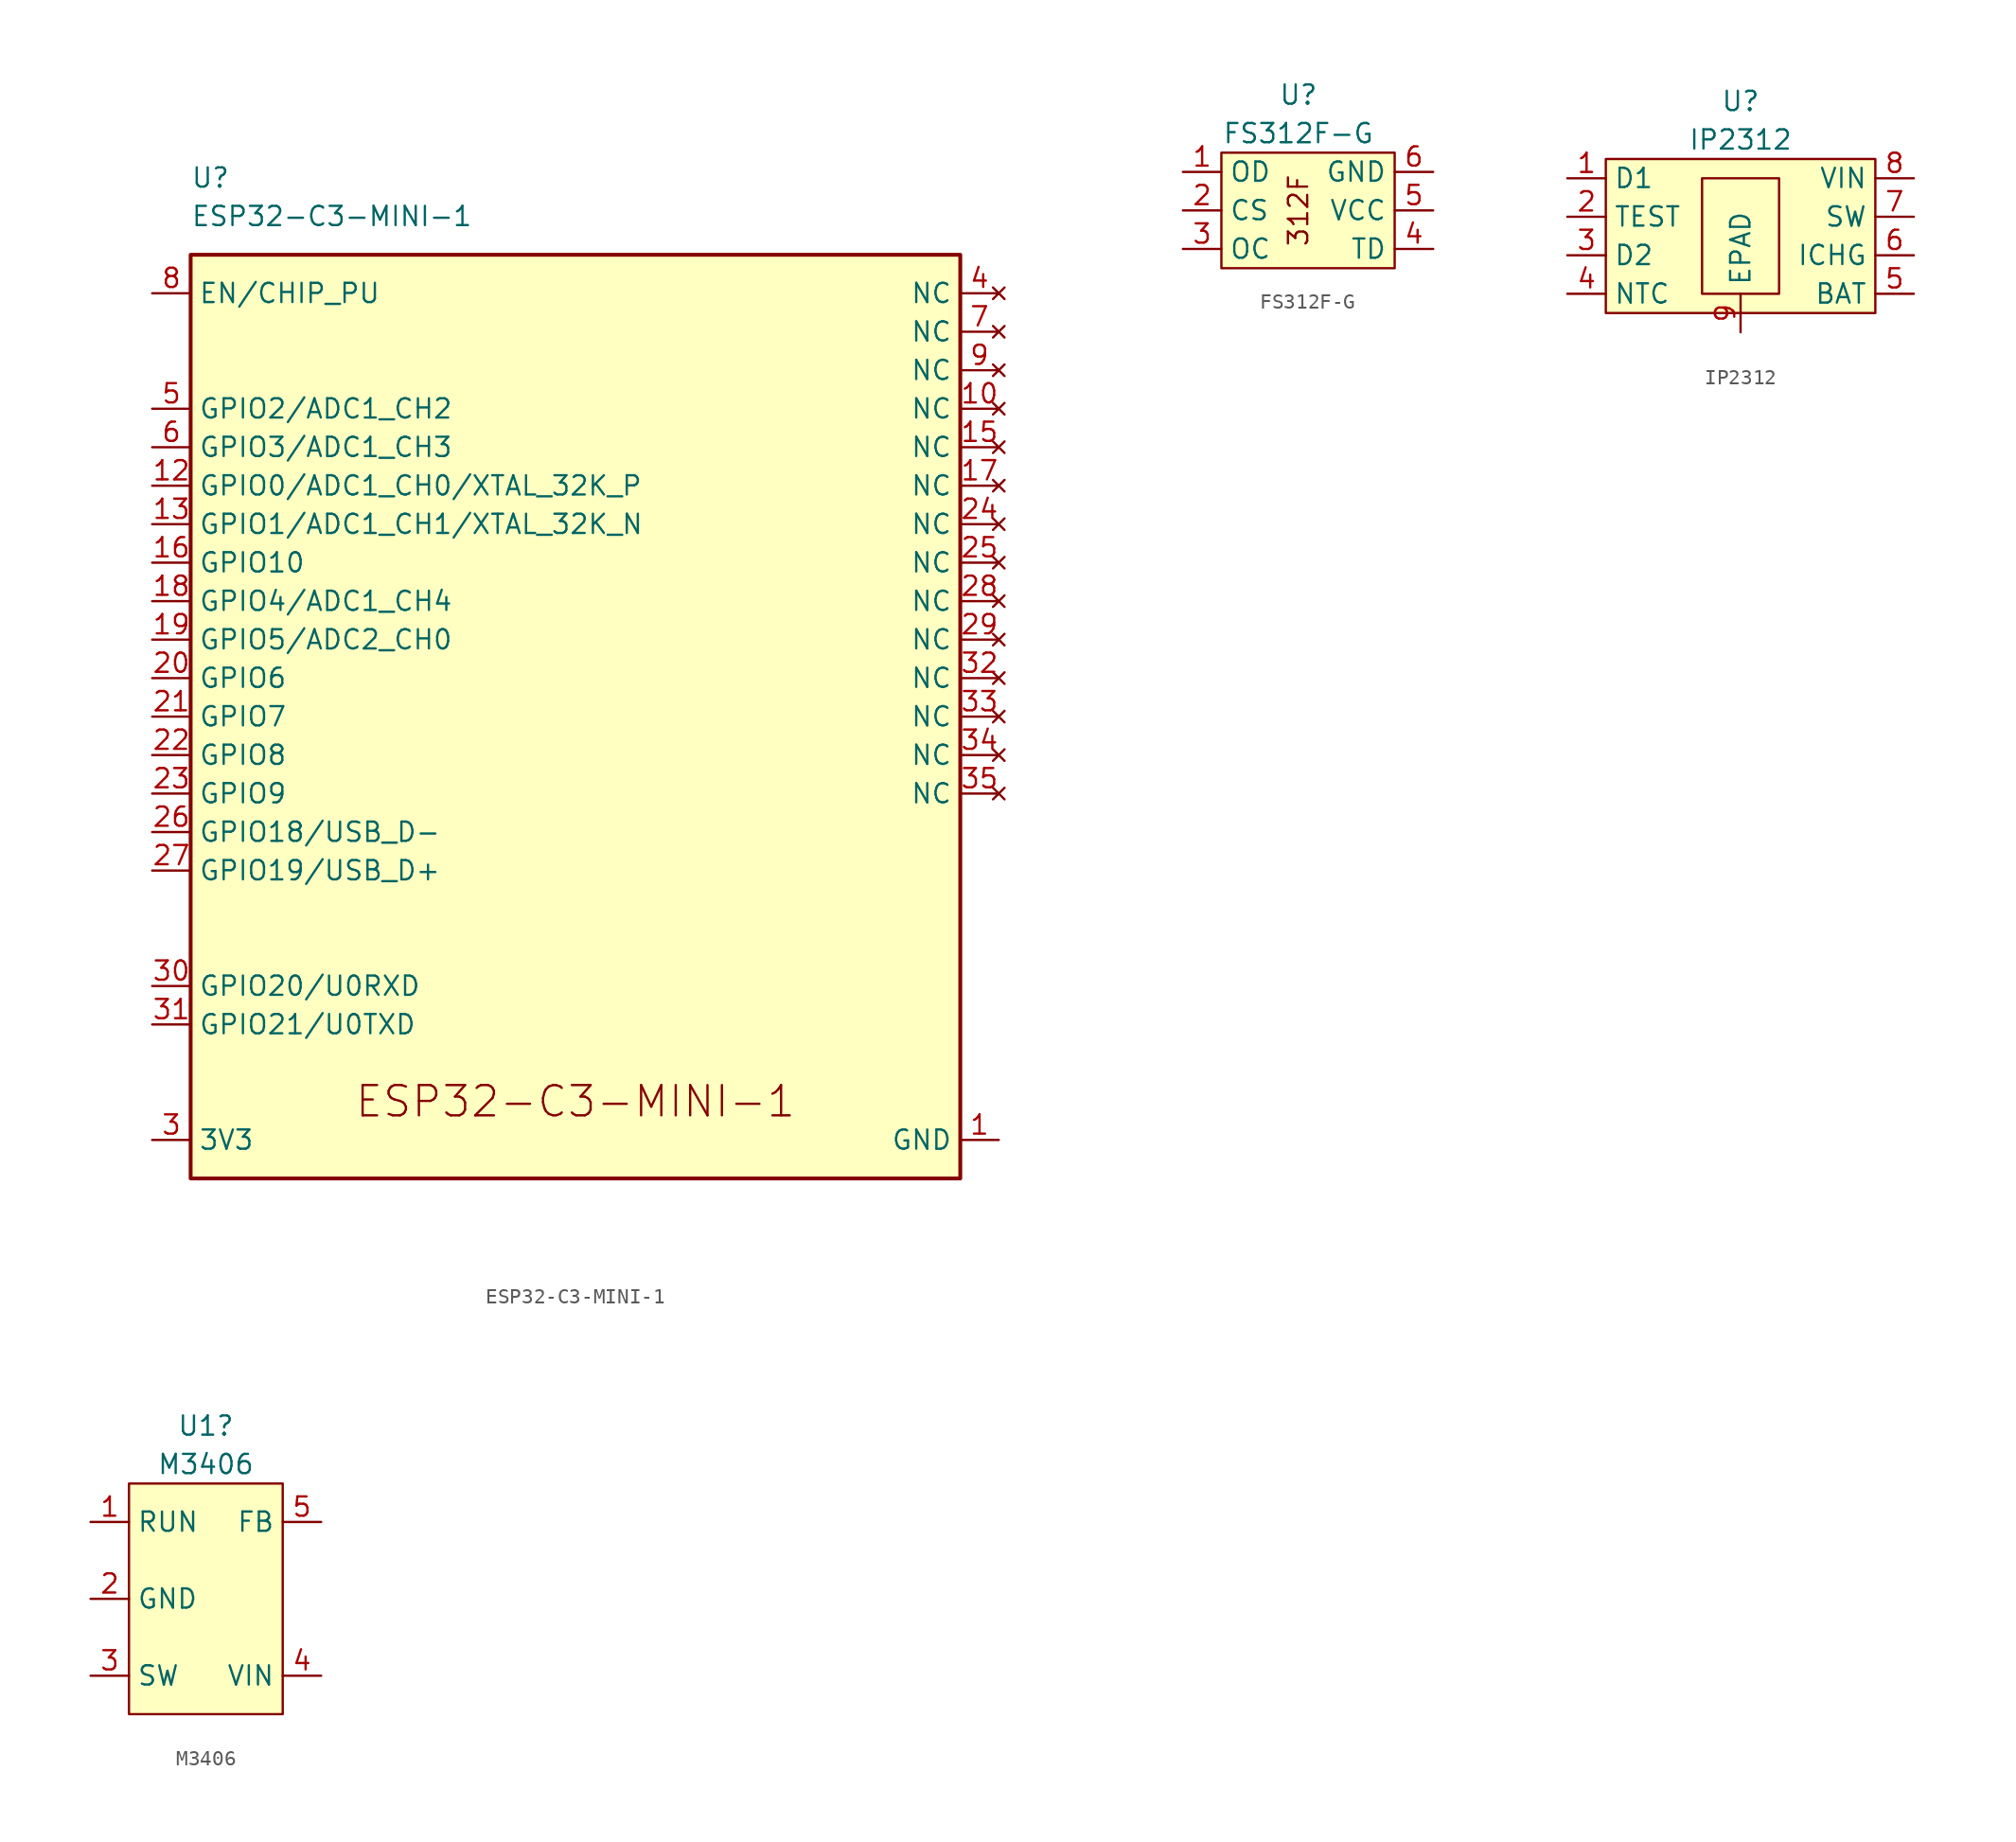
<source format=kicad_sym>
(kicad_symbol_lib
  (version 20220914)
  (generator kicad_symbol_editor)
  (symbol "ESP32-C3-MINI-1"
    (property "Reference" "U"
      (at -25.4 35.56 0)
      (effects (font (size 1.27 1.27)) (justify left)))
    (property "Value" "ESP32-C3-MINI-1"
      (at -25.4 33.02 0)
      (effects (font (size 1.27 1.27)) (justify left)))
    (symbol "ESP32-C3-MINI-1_0_0"
      (text "ESP32-C3-MINI-1" (at 0 -25.4 0) (effects (font (size 2 2)))))
    (symbol "ESP32-C3-MINI-1_0_1"
      (rectangle (start -25.4 30.48) (end 25.4 -30.48) (stroke (width 0.254) (type default)) (fill (type background))))
    (symbol "ESP32-C3-MINI-1_1_1"
      (pin power_in line (at 27.94 -27.94 180) (length 2.54) (name "GND" (effects (font (size 1.27 1.27)))) (number "1" (effects (font (size 1.27 1.27)))))
      (pin no_connect line (at 27.94 20.32 180) (length 2.54) (name "NC" (effects (font (size 1.27 1.27)))) (number "10" (effects (font (size 1.27 1.27)))))
      (pin passive line (at 27.94 -27.94 180) (length 2.54) hide (name "GND" (effects (font (size 1.27 1.27)))) (number "11" (effects (font (size 1.27 1.27)))))
      (pin bidirectional line (at -27.94 15.24 0) (length 2.54) (name "GPIO0/ADC1_CH0/XTAL_32K_P" (effects (font (size 1.27 1.27)))) (number "12" (effects (font (size 1.27 1.27)))))
      (pin bidirectional line (at -27.94 12.7 0) (length 2.54) (name "GPIO1/ADC1_CH1/XTAL_32K_N" (effects (font (size 1.27 1.27)))) (number "13" (effects (font (size 1.27 1.27)))))
      (pin passive line (at 27.94 -27.94 180) (length 2.54) hide (name "GND" (effects (font (size 1.27 1.27)))) (number "14" (effects (font (size 1.27 1.27)))))
      (pin no_connect line (at 27.94 17.78 180) (length 2.54) (name "NC" (effects (font (size 1.27 1.27)))) (number "15" (effects (font (size 1.27 1.27)))))
      (pin bidirectional line (at -27.94 10.16 0) (length 2.54) (name "GPIO10" (effects (font (size 1.27 1.27)))) (number "16" (effects (font (size 1.27 1.27)))))
      (pin no_connect line (at 27.94 15.24 180) (length 2.54) (name "NC" (effects (font (size 1.27 1.27)))) (number "17" (effects (font (size 1.27 1.27)))))
      (pin bidirectional line (at -27.94 7.62 0) (length 2.54) (name "GPIO4/ADC1_CH4" (effects (font (size 1.27 1.27)))) (number "18" (effects (font (size 1.27 1.27)))))
      (pin bidirectional line (at -27.94 5.08 0) (length 2.54) (name "GPIO5/ADC2_CH0" (effects (font (size 1.27 1.27)))) (number "19" (effects (font (size 1.27 1.27)))))
      (pin passive line (at 27.94 -27.94 180) (length 2.54) hide (name "GND" (effects (font (size 1.27 1.27)))) (number "2" (effects (font (size 1.27 1.27)))))
      (pin bidirectional line (at -27.94 2.54 0) (length 2.54) (name "GPIO6" (effects (font (size 1.27 1.27)))) (number "20" (effects (font (size 1.27 1.27)))))
      (pin bidirectional line (at -27.94 0 0) (length 2.54) (name "GPIO7" (effects (font (size 1.27 1.27)))) (number "21" (effects (font (size 1.27 1.27)))))
      (pin bidirectional line (at -27.94 -2.54 0) (length 2.54) (name "GPIO8" (effects (font (size 1.27 1.27)))) (number "22" (effects (font (size 1.27 1.27)))))
      (pin bidirectional line (at -27.94 -5.08 0) (length 2.54) (name "GPIO9" (effects (font (size 1.27 1.27)))) (number "23" (effects (font (size 1.27 1.27)))))
      (pin no_connect line (at 27.94 12.7 180) (length 2.54) (name "NC" (effects (font (size 1.27 1.27)))) (number "24" (effects (font (size 1.27 1.27)))))
      (pin no_connect line (at 27.94 10.16 180) (length 2.54) (name "NC" (effects (font (size 1.27 1.27)))) (number "25" (effects (font (size 1.27 1.27)))))
      (pin bidirectional line (at -27.94 -7.62 0) (length 2.54) (name "GPIO18/USB_D-" (effects (font (size 1.27 1.27)))) (number "26" (effects (font (size 1.27 1.27)))))
      (pin bidirectional line (at -27.94 -10.16 0) (length 2.54) (name "GPIO19/USB_D+" (effects (font (size 1.27 1.27)))) (number "27" (effects (font (size 1.27 1.27)))))
      (pin no_connect line (at 27.94 7.62 180) (length 2.54) (name "NC" (effects (font (size 1.27 1.27)))) (number "28" (effects (font (size 1.27 1.27)))))
      (pin no_connect line (at 27.94 5.08 180) (length 2.54) (name "NC" (effects (font (size 1.27 1.27)))) (number "29" (effects (font (size 1.27 1.27)))))
      (pin power_in line (at -27.94 -27.94 0) (length 2.54) (name "3V3" (effects (font (size 1.27 1.27)))) (number "3" (effects (font (size 1.27 1.27)))))
      (pin bidirectional line (at -27.94 -17.78 0) (length 2.54) (name "GPIO20/U0RXD" (effects (font (size 1.27 1.27)))) (number "30" (effects (font (size 1.27 1.27)))))
      (pin bidirectional line (at -27.94 -20.32 0) (length 2.54) (name "GPIO21/U0TXD" (effects (font (size 1.27 1.27)))) (number "31" (effects (font (size 1.27 1.27)))))
      (pin no_connect line (at 27.94 2.54 180) (length 2.54) (name "NC" (effects (font (size 1.27 1.27)))) (number "32" (effects (font (size 1.27 1.27)))))
      (pin no_connect line (at 27.94 0 180) (length 2.54) (name "NC" (effects (font (size 1.27 1.27)))) (number "33" (effects (font (size 1.27 1.27)))))
      (pin no_connect line (at 27.94 -2.54 180) (length 2.54) (name "NC" (effects (font (size 1.27 1.27)))) (number "34" (effects (font (size 1.27 1.27)))))
      (pin no_connect line (at 27.94 -5.08 180) (length 2.54) (name "NC" (effects (font (size 1.27 1.27)))) (number "35" (effects (font (size 1.27 1.27)))))
      (pin passive line (at 27.94 -27.94 180) (length 2.54) hide (name "GND" (effects (font (size 1.27 1.27)))) (number "36" (effects (font (size 1.27 1.27)))))
      (pin passive line (at 27.94 -27.94 180) (length 2.54) hide (name "GND" (effects (font (size 1.27 1.27)))) (number "37" (effects (font (size 1.27 1.27)))))
      (pin passive line (at 27.94 -27.94 180) (length 2.54) hide (name "GND" (effects (font (size 1.27 1.27)))) (number "38" (effects (font (size 1.27 1.27)))))
      (pin passive line (at 27.94 -27.94 180) (length 2.54) hide (name "GND" (effects (font (size 1.27 1.27)))) (number "39" (effects (font (size 1.27 1.27)))))
      (pin no_connect line (at 27.94 27.94 180) (length 2.54) (name "NC" (effects (font (size 1.27 1.27)))) (number "4" (effects (font (size 1.27 1.27)))))
      (pin passive line (at 27.94 -27.94 180) (length 2.54) hide (name "GND" (effects (font (size 1.27 1.27)))) (number "40" (effects (font (size 1.27 1.27)))))
      (pin passive line (at 27.94 -27.94 180) (length 2.54) hide (name "GND" (effects (font (size 1.27 1.27)))) (number "41" (effects (font (size 1.27 1.27)))))
      (pin passive line (at 27.94 -27.94 180) (length 2.54) hide (name "GND" (effects (font (size 1.27 1.27)))) (number "42" (effects (font (size 1.27 1.27)))))
      (pin passive line (at 27.94 -27.94 180) (length 2.54) hide (name "GND" (effects (font (size 1.27 1.27)))) (number "43" (effects (font (size 1.27 1.27)))))
      (pin passive line (at 27.94 -27.94 180) (length 2.54) hide (name "GND" (effects (font (size 1.27 1.27)))) (number "44" (effects (font (size 1.27 1.27)))))
      (pin passive line (at 27.94 -27.94 180) (length 2.54) hide (name "GND" (effects (font (size 1.27 1.27)))) (number "45" (effects (font (size 1.27 1.27)))))
      (pin passive line (at 27.94 -27.94 180) (length 2.54) hide (name "GND" (effects (font (size 1.27 1.27)))) (number "46" (effects (font (size 1.27 1.27)))))
      (pin passive line (at 27.94 -27.94 180) (length 2.54) hide (name "GND" (effects (font (size 1.27 1.27)))) (number "47" (effects (font (size 1.27 1.27)))))
      (pin passive line (at 27.94 -27.94 180) (length 2.54) hide (name "GND" (effects (font (size 1.27 1.27)))) (number "48" (effects (font (size 1.27 1.27)))))
      (pin passive line (at 27.94 -27.94 180) (length 2.54) hide (name "GND" (effects (font (size 1.27 1.27)))) (number "49" (effects (font (size 1.27 1.27)))))
      (pin bidirectional line (at -27.94 20.32 0) (length 2.54) (name "GPIO2/ADC1_CH2" (effects (font (size 1.27 1.27)))) (number "5" (effects (font (size 1.27 1.27)))))
      (pin passive line (at 27.94 -27.94 180) (length 2.54) hide (name "GND" (effects (font (size 1.27 1.27)))) (number "50" (effects (font (size 1.27 1.27)))))
      (pin passive line (at 27.94 -27.94 180) (length 2.54) hide (name "GND" (effects (font (size 1.27 1.27)))) (number "51" (effects (font (size 1.27 1.27)))))
      (pin passive line (at 27.94 -27.94 180) (length 2.54) hide (name "GND" (effects (font (size 1.27 1.27)))) (number "52" (effects (font (size 1.27 1.27)))))
      (pin passive line (at 27.94 -27.94 180) (length 2.54) hide (name "GND" (effects (font (size 1.27 1.27)))) (number "53" (effects (font (size 1.27 1.27)))))
      (pin bidirectional line (at -27.94 17.78 0) (length 2.54) (name "GPIO3/ADC1_CH3" (effects (font (size 1.27 1.27)))) (number "6" (effects (font (size 1.27 1.27)))))
      (pin no_connect line (at 27.94 25.4 180) (length 2.54) (name "NC" (effects (font (size 1.27 1.27)))) (number "7" (effects (font (size 1.27 1.27)))))
      (pin input line (at -27.94 27.94 0) (length 2.54) (name "EN/CHIP_PU" (effects (font (size 1.27 1.27)))) (number "8" (effects (font (size 1.27 1.27)))))
      (pin no_connect line (at 27.94 22.86 180) (length 2.54) (name "NC" (effects (font (size 1.27 1.27)))) (number "9" (effects (font (size 1.27 1.27)))))))
  (symbol "FS312F-G"
    (property "Reference" "U"
      (at 0 2.54 0)
      (effects (font (size 1.27 1.27))))
    (property "Value" "FS312F-G"
      (at 0 0 0)
      (effects (font (size 1.27 1.27))))
    (symbol "FS312F-G_0_0"
      (rectangle (start -5.08 -1.27) (end 6.35 -8.89) (stroke (width 0) (type default)) (fill (type background)))
      (text "312F" (at 0 -5.08 900) (effects (font (size 1.27 1.27)))))
    (symbol "FS312F-G_1_1"
      (pin output line (at -7.62 -2.54 0) (length 2.54) (name "OD" (effects (font (size 1.27 1.27)))) (number "1" (effects (font (size 1.27 1.27)))))
      (pin input line (at -7.62 -5.08 0) (length 2.54) (name "CS" (effects (font (size 1.27 1.27)))) (number "2" (effects (font (size 1.27 1.27)))))
      (pin output line (at -7.62 -7.62 0) (length 2.54) (name "OC" (effects (font (size 1.27 1.27)))) (number "3" (effects (font (size 1.27 1.27)))))
      (pin input line (at 8.89 -7.62 180) (length 2.54) (name "TD" (effects (font (size 1.27 1.27)))) (number "4" (effects (font (size 1.27 1.27)))))
      (pin input line (at 8.89 -5.08 180) (length 2.54) (name "VCC" (effects (font (size 1.27 1.27)))) (number "5" (effects (font (size 1.27 1.27)))))
      (pin power_in line (at 8.89 -2.54 180) (length 2.54) (name "GND" (effects (font (size 1.27 1.27)))) (number "6" (effects (font (size 1.27 1.27)))))))
  (symbol "IP2312"
    (property "Reference" "U"
      (at 0 5.08 0)
      (effects (font (size 1.27 1.27))))
    (property "Value" "IP2312"
      (at 0 2.54 0)
      (effects (font (size 1.27 1.27))))
    (symbol "IP2312_0_1"
      (rectangle (start -8.89 1.27) (end 8.89 -8.89) (stroke (width 0) (type default)) (fill (type background)))
      (rectangle (start -2.54 0) (end 2.54 -7.62) (stroke (width 0) (type default)) (fill (type none))))
    (symbol "IP2312_1_1"
      (pin bidirectional line (at -11.43 0 0) (length 2.54) (name "D1" (effects (font (size 1.27 1.27)))) (number "1" (effects (font (size 1.27 1.27)))))
      (pin input line (at -11.43 -2.54 0) (length 2.54) (name "TEST" (effects (font (size 1.27 1.27)))) (number "2" (effects (font (size 1.27 1.27)))))
      (pin output line (at -11.43 -5.08 0) (length 2.54) (name "D2" (effects (font (size 1.27 1.27)))) (number "3" (effects (font (size 1.27 1.27)))))
      (pin input line (at -11.43 -7.62 0) (length 2.54) (name "NTC" (effects (font (size 1.27 1.27)))) (number "4" (effects (font (size 1.27 1.27)))))
      (pin input line (at 11.43 -7.62 180) (length 2.54) (name "BAT" (effects (font (size 1.27 1.27)))) (number "5" (effects (font (size 1.27 1.27)))))
      (pin input line (at 11.43 -5.08 180) (length 2.54) (name "ICHG" (effects (font (size 1.27 1.27)))) (number "6" (effects (font (size 1.27 1.27)))))
      (pin output line (at 11.43 -2.54 180) (length 2.54) (name "SW" (effects (font (size 1.27 1.27)))) (number "7" (effects (font (size 1.27 1.27)))))
      (pin power_in line (at 11.43 0 180) (length 2.54) (name "VIN" (effects (font (size 1.27 1.27)))) (number "8" (effects (font (size 1.27 1.27)))))
      (pin power_in line (at 0 -10.16 90) (length 2.54) (name "EPAD" (effects (font (size 1.27 1.27)))) (number "9" (effects (font (size 1.27 1.27)))))))
  (symbol "M3406"
    (property "Reference" "U1"
      (at 0 11.43 0)
      (effects (font (size 1.27 1.27))))
    (property "Value" "M3406"
      (at 0 8.89 0)
      (effects (font (size 1.27 1.27))))
    (symbol "M3406_0_0"
      (pin input line (at -7.62 5.08 0) (length 2.54) (name "RUN" (effects (font (size 1.27 1.27)))) (number "1" (effects (font (size 1.27 1.27)))))
      (pin power_in line (at -7.62 0 0) (length 2.54) (name "GND" (effects (font (size 1.27 1.27)))) (number "2" (effects (font (size 1.27 1.27)))))
      (pin power_out line (at -7.62 -5.08 0) (length 2.54) (name "SW" (effects (font (size 1.27 1.27)))) (number "3" (effects (font (size 1.27 1.27)))))
      (pin power_in line (at 7.62 -5.08 180) (length 2.54) (name "VIN" (effects (font (size 1.27 1.27)))) (number "4" (effects (font (size 1.27 1.27)))))
      (pin input line (at 7.62 5.08 180) (length 2.54) (name "FB" (effects (font (size 1.27 1.27)))) (number "5" (effects (font (size 1.27 1.27))))))
    (symbol "M3406_0_1"
      (rectangle (start -5.08 7.62) (end 5.08 -7.62) (stroke (width 0) (type default)) (fill (type background))))))
</source>
